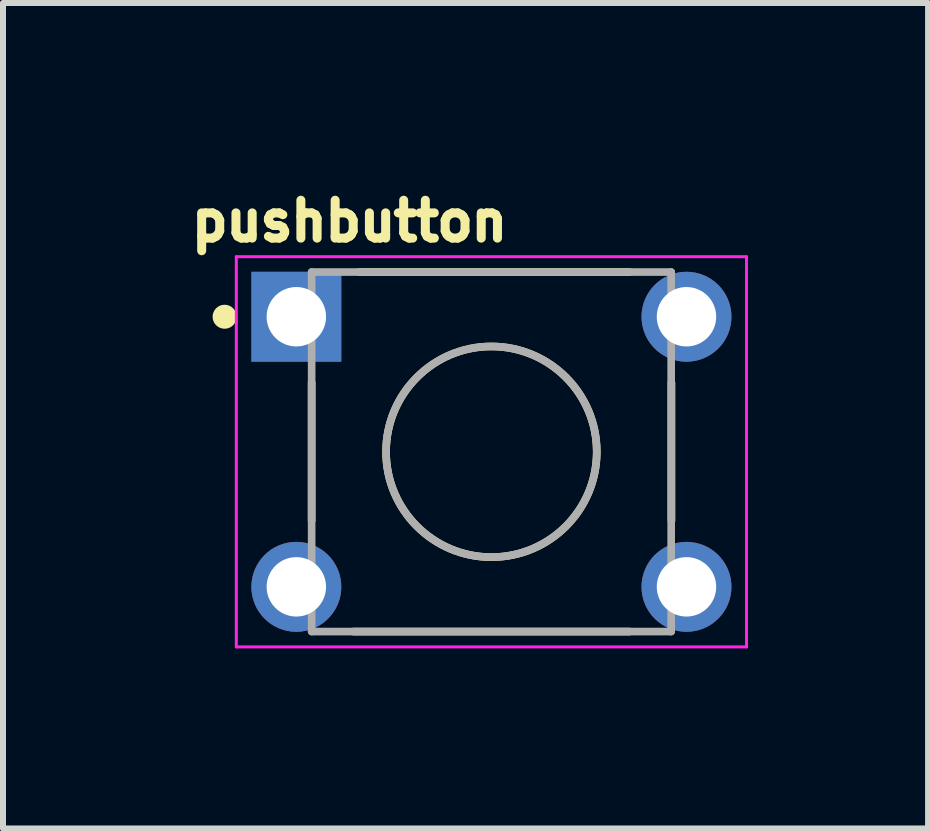
<source format=kicad_pcb>
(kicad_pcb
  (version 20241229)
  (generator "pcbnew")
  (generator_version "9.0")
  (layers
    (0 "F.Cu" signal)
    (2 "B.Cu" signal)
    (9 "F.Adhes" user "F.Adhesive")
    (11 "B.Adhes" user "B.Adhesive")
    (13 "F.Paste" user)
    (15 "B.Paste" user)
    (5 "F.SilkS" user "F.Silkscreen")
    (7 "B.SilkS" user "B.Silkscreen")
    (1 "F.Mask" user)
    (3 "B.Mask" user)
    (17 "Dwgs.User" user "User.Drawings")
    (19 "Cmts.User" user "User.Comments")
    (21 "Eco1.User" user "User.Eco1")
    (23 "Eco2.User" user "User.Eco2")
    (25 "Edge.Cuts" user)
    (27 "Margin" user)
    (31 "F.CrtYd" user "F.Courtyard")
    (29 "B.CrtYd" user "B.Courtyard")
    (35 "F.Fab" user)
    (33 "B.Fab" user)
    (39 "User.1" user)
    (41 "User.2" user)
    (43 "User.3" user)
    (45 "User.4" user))
  (footprint "pushbutton"
    (layer "F.Cu")
    (at 5.137 4.477)
    (property "Reference" "pushbutton" (at -2.363 -3.844 0) (layer "F.SilkS") (effects (font (size 0.631 0.631) (thickness 0.15))))
    (attr through_hole)
    (fp_line (start -2.995 -1.15) (end -2.995 1.15) (stroke (width 0.127) (type solid)) (layer "F.SilkS"))
    (fp_line (start -2.2 -2.995) (end 2.3 -2.995) (stroke (width 0.127) (type solid)) (layer "F.SilkS"))
    (fp_line (start 2.3 2.995) (end -2.3 2.995) (stroke (width 0.127) (type solid)) (layer "F.SilkS"))
    (fp_line (start 3 -1.15) (end 3 1.15) (stroke (width 0.127) (type solid)) (layer "F.SilkS"))
    (fp_circle (center -4.445 -2.25) (end -4.345 -2.25) (stroke (width 0.2) (type solid)) (fill no) (layer "F.SilkS"))
    (fp_circle (center 0 0) (end 1.755 0) (stroke (width 0.127) (type solid)) (fill no) (layer "F.SilkS"))
    (fp_line (start -4.25 -3.25) (end -4.25 3.25) (stroke (width 0.05) (type solid)) (layer "F.CrtYd"))
    (fp_line (start -4.25 3.25) (end 4.25 3.25) (stroke (width 0.05) (type solid)) (layer "F.CrtYd"))
    (fp_line (start 4.25 -3.25) (end -4.25 -3.25) (stroke (width 0.05) (type solid)) (layer "F.CrtYd"))
    (fp_line (start 4.25 3.25) (end 4.25 -3.25) (stroke (width 0.05) (type solid)) (layer "F.CrtYd"))
    (fp_line (start -2.995 -2.995) (end -2.995 2.995) (stroke (width 0.127) (type solid)) (layer "F.Fab"))
    (fp_line (start -2.995 2.995) (end 2.995 2.995) (stroke (width 0.127) (type solid)) (layer "F.Fab"))
    (fp_line (start 2.995 -2.995) (end -2.995 -2.995) (stroke (width 0.127) (type solid)) (layer "F.Fab"))
    (fp_line (start 2.995 2.995) (end 2.995 -2.995) (stroke (width 0.127) (type solid)) (layer "F.Fab"))
    (fp_circle (center 0 0) (end 1.755 0) (stroke (width 0.127) (type solid)) (fill no) (layer "F.Fab"))
    (pad "1" thru_hole rect (at -3.25 -2.25) (size 1.498 1.498) (drill 0.99) (layers "*.Cu" "*.Mask"))
    (pad "2" thru_hole circle (at 3.25 -2.25) (size 1.498 1.498) (drill 0.99) (layers "*.Cu" "*.Mask"))
    (pad "3" thru_hole circle (at -3.25 2.25) (size 1.498 1.498) (drill 0.99) (layers "*.Cu" "*.Mask"))
    (pad "4" thru_hole circle (at 3.25 2.25) (size 1.498 1.498) (drill 0.99) (layers "*.Cu" "*.Mask")))
  (gr_rect
    (start -3 -3)
    (end 12.412 10.752)
    (stroke (width 0.1) (type default))
    (fill no)
    (layer "Edge.Cuts")))
</source>
